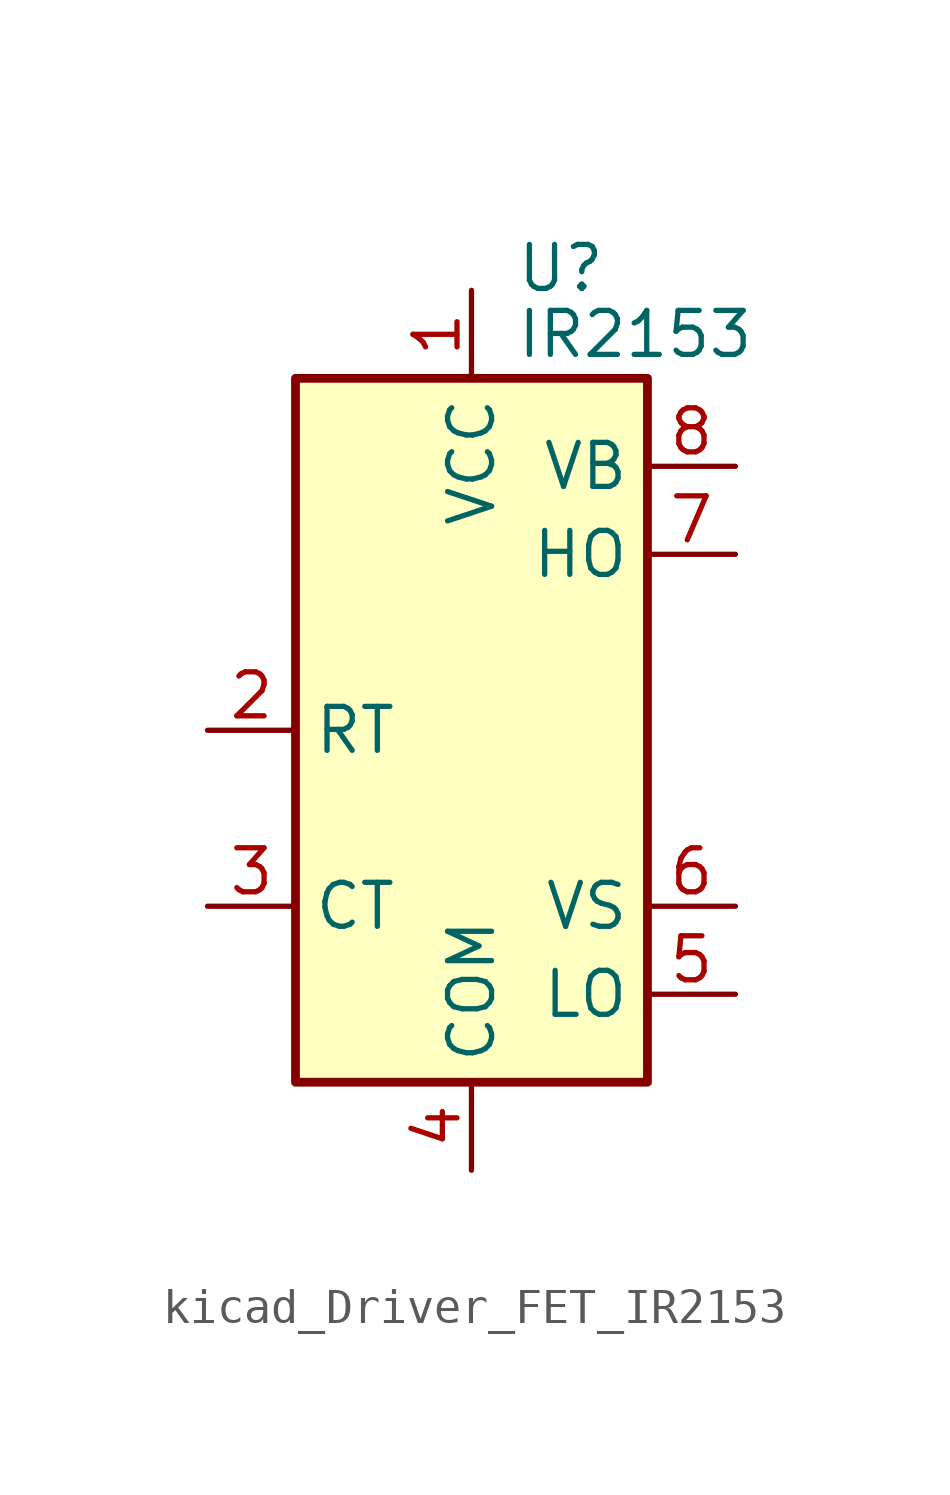
<source format=kicad_sym>
(kicad_symbol_lib
  (version 20220914)
  (generator kicad_symbol_editor)
  (symbol "kicad_Driver_FET_IR2153"
    (property "Reference" "U"
      (at 1.27 13.335 0)
      (effects (font (size 1.27 1.27)) (justify left)))
    (property "Value" "IR2153"
      (at 1.27 11.43 0)
      (effects (font (size 1.27 1.27)) (justify left)))
    (symbol "kicad_Driver_FET_IR2153_0_1"
      (rectangle (start -5.08 -10.16) (end 5.08 10.16) (stroke (width 0.254) (type default)) (fill (type background))))
    (symbol "kicad_Driver_FET_IR2153_1_1"
      (pin power_in line (at 0 12.7 270) (length 2.54) (name "VCC" (effects (font (size 1.27 1.27)))) (number "1" (effects (font (size 1.27 1.27)))))
      (pin passive line (at -7.62 0 0) (length 2.54) (name "RT" (effects (font (size 1.27 1.27)))) (number "2" (effects (font (size 1.27 1.27)))))
      (pin passive line (at -7.62 -5.08 0) (length 2.54) (name "CT" (effects (font (size 1.27 1.27)))) (number "3" (effects (font (size 1.27 1.27)))))
      (pin power_in line (at 0 -12.7 90) (length 2.54) (name "COM" (effects (font (size 1.27 1.27)))) (number "4" (effects (font (size 1.27 1.27)))))
      (pin output line (at 7.62 -7.62 180) (length 2.54) (name "LO" (effects (font (size 1.27 1.27)))) (number "5" (effects (font (size 1.27 1.27)))))
      (pin passive line (at 7.62 -5.08 180) (length 2.54) (name "VS" (effects (font (size 1.27 1.27)))) (number "6" (effects (font (size 1.27 1.27)))))
      (pin output line (at 7.62 5.08 180) (length 2.54) (name "HO" (effects (font (size 1.27 1.27)))) (number "7" (effects (font (size 1.27 1.27)))))
      (pin passive line (at 7.62 7.62 180) (length 2.54) (name "VB" (effects (font (size 1.27 1.27)))) (number "8" (effects (font (size 1.27 1.27))))))))
</source>
